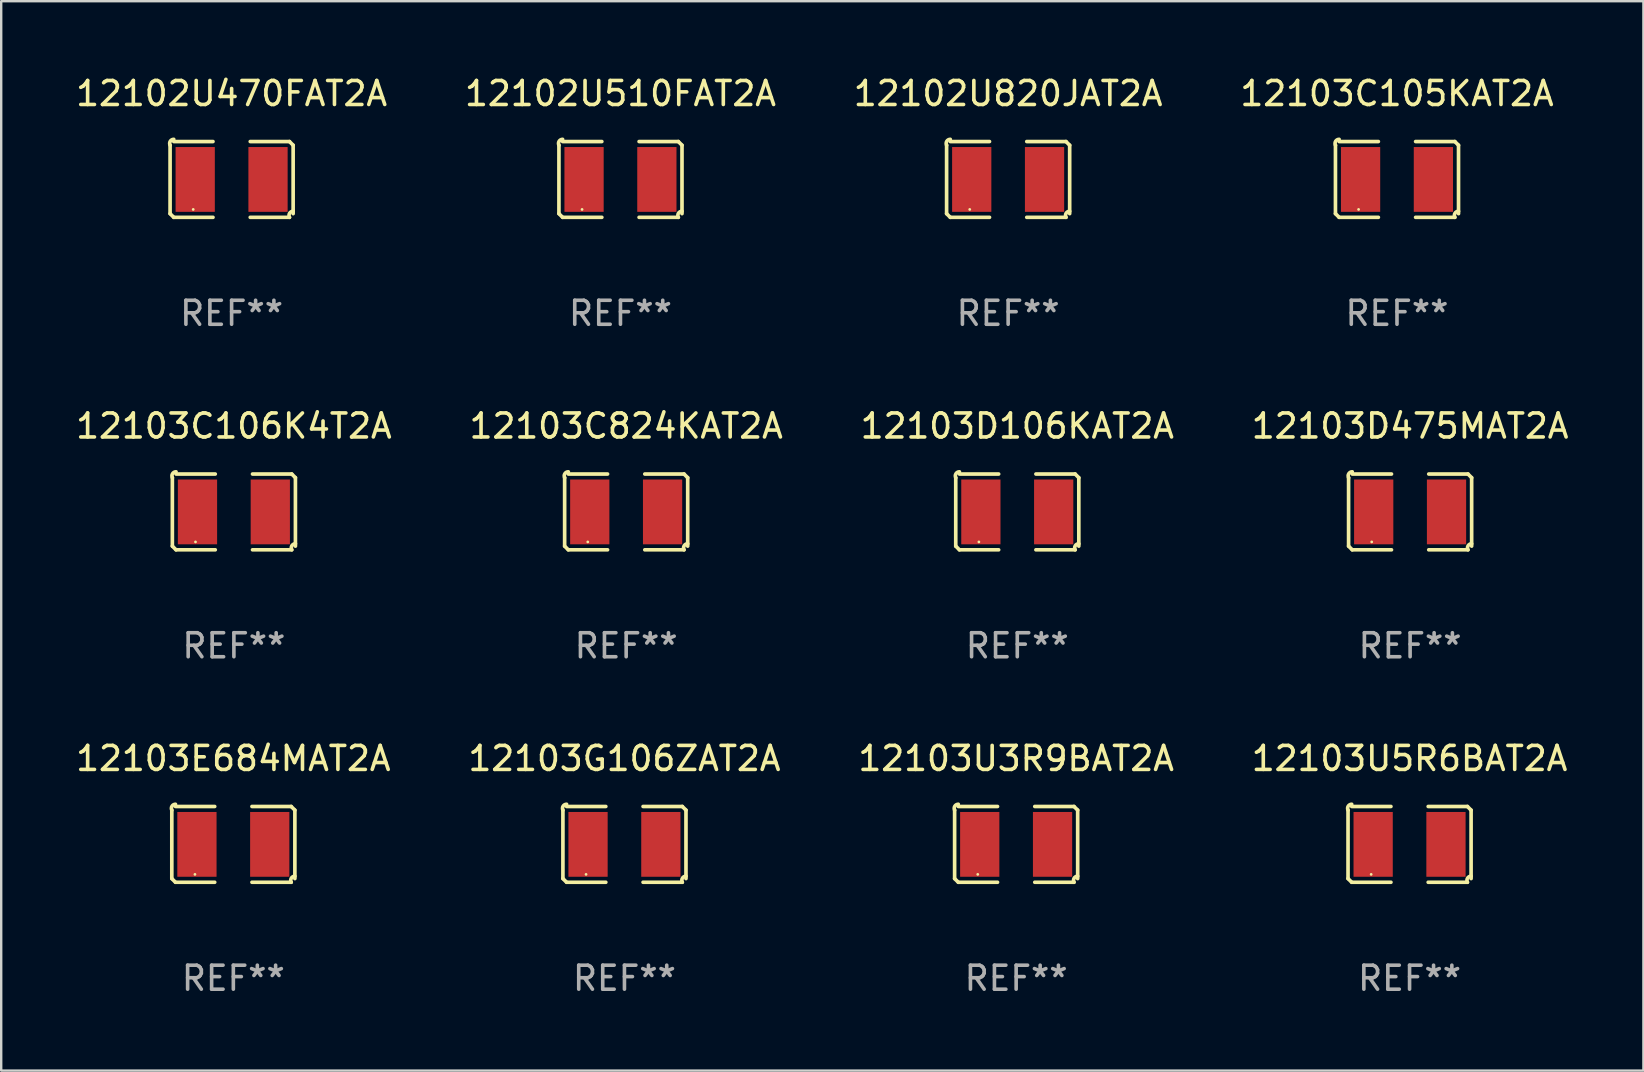
<source format=kicad_pcb>
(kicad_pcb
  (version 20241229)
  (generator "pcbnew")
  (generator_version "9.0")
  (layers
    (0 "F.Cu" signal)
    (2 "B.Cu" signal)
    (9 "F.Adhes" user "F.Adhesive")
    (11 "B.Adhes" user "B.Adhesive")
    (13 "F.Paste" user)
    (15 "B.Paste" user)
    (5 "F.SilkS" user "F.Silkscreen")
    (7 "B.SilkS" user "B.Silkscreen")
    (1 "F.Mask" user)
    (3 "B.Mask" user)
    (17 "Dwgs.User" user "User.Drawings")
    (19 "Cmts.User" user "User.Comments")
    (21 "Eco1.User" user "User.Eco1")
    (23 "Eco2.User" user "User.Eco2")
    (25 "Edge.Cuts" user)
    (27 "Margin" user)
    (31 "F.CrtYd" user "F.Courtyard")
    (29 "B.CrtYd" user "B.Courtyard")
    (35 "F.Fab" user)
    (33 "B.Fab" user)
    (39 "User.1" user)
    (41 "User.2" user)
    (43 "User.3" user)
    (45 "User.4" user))
  (footprint "12103D475MAT2A"
    (layer "F.Cu")
    (at 55.708 18.281)
    (property "Reference" "12103D475MAT2A" (at 0 -3.579 0) (layer "F.SilkS") (effects (font (size 1 1) (thickness 0.15))))
    (attr through_hole)
    (fp_line (start -2.564 1.426) (end -2.564 -1.426) (stroke (width 0.152) (type solid)) (layer "F.SilkS"))
    (fp_line (start -2.411 -1.579) (end -0.776 -1.579) (stroke (width 0.152) (type solid)) (layer "F.SilkS"))
    (fp_line (start -0.776 1.579) (end -2.411 1.579) (stroke (width 0.152) (type solid)) (layer "F.SilkS"))
    (fp_line (start 0.776 1.579) (end 2.411 1.579) (stroke (width 0.152) (type solid)) (layer "F.SilkS"))
    (fp_line (start 2.411 -1.579) (end 0.776 -1.579) (stroke (width 0.152) (type solid)) (layer "F.SilkS"))
    (fp_line (start 2.564 1.426) (end 2.564 -1.426) (stroke (width 0.152) (type solid)) (layer "F.SilkS"))
    (fp_arc (start -2.563602 -1.426213) (mid -2.555597 -1.591233) (end -2.411201 -1.671518) (stroke (width 0.1524) (type solid)) (layer "F.SilkS"))
    (fp_arc (start -2.5636 1.426214) (mid -2.487389 1.502402) (end -2.411201 1.578613) (stroke (width 0.1524) (type solid)) (layer "F.SilkS"))
    (fp_arc (start 2.411197 -1.578618) (mid 2.487403 -1.502419) (end 2.563602 -1.426213) (stroke (width 0.1524) (type solid)) (layer "F.SilkS"))
    (fp_arc (start 2.411201 1.578613) (mid 2.416214 1.409455) (end 2.563602 1.32629) (stroke (width 0.1524) (type solid)) (layer "F.SilkS"))
    (fp_circle (center -1.6 1.25) (end -1.57 1.25) (stroke (width 0.06) (type solid)) (fill no) (layer "F.SilkS"))
    (fp_text user "REF**" (at 0 5.579 0) (layer "F.Fab") (effects (font (size 1 1) (thickness 0.15))))
    (pad "1" smd rect (at -1.517 0) (size 1.635 2.7) (layers "F.Cu" "F.Mask" "F.Paste"))
    (pad "2" smd rect (at 1.517 0) (size 1.635 2.7) (layers "F.Cu" "F.Mask" "F.Paste")))
  (footprint "12103U5R6BAT2A"
    (layer "F.Cu")
    (at 55.685 32.134)
    (property "Reference" "12103U5R6BAT2A" (at 0 -3.579 0) (layer "F.SilkS") (effects (font (size 1 1) (thickness 0.15))))
    (attr through_hole)
    (fp_line (start -2.564 1.426) (end -2.564 -1.426) (stroke (width 0.152) (type solid)) (layer "F.SilkS"))
    (fp_line (start -2.411 -1.579) (end -0.776 -1.579) (stroke (width 0.152) (type solid)) (layer "F.SilkS"))
    (fp_line (start -0.776 1.579) (end -2.411 1.579) (stroke (width 0.152) (type solid)) (layer "F.SilkS"))
    (fp_line (start 0.776 1.579) (end 2.411 1.579) (stroke (width 0.152) (type solid)) (layer "F.SilkS"))
    (fp_line (start 2.411 -1.579) (end 0.776 -1.579) (stroke (width 0.152) (type solid)) (layer "F.SilkS"))
    (fp_line (start 2.564 1.426) (end 2.564 -1.426) (stroke (width 0.152) (type solid)) (layer "F.SilkS"))
    (fp_arc (start -2.563602 -1.426213) (mid -2.555597 -1.591233) (end -2.411201 -1.671518) (stroke (width 0.1524) (type solid)) (layer "F.SilkS"))
    (fp_arc (start -2.5636 1.426214) (mid -2.487389 1.502402) (end -2.411201 1.578613) (stroke (width 0.1524) (type solid)) (layer "F.SilkS"))
    (fp_arc (start 2.411197 -1.578618) (mid 2.487403 -1.502419) (end 2.563602 -1.426213) (stroke (width 0.1524) (type solid)) (layer "F.SilkS"))
    (fp_arc (start 2.411201 1.578613) (mid 2.416214 1.409455) (end 2.563602 1.32629) (stroke (width 0.1524) (type solid)) (layer "F.SilkS"))
    (fp_circle (center -1.6 1.25) (end -1.57 1.25) (stroke (width 0.06) (type solid)) (fill no) (layer "F.SilkS"))
    (fp_text user "REF**" (at 0 5.579 0) (layer "F.Fab") (effects (font (size 1 1) (thickness 0.15))))
    (pad "1" smd rect (at -1.517 0) (size 1.635 2.7) (layers "F.Cu" "F.Mask" "F.Paste"))
    (pad "2" smd rect (at 1.517 0) (size 1.635 2.7) (layers "F.Cu" "F.Mask" "F.Paste")))
  (footprint "12102U820JAT2A"
    (layer "F.Cu")
    (at 38.958 4.427)
    (property "Reference" "12102U820JAT2A" (at 0 -3.579 0) (layer "F.SilkS") (effects (font (size 1 1) (thickness 0.15))))
    (attr through_hole)
    (fp_line (start -2.564 1.426) (end -2.564 -1.426) (stroke (width 0.152) (type solid)) (layer "F.SilkS"))
    (fp_line (start -2.411 -1.579) (end -0.776 -1.579) (stroke (width 0.152) (type solid)) (layer "F.SilkS"))
    (fp_line (start -0.776 1.579) (end -2.411 1.579) (stroke (width 0.152) (type solid)) (layer "F.SilkS"))
    (fp_line (start 0.776 1.579) (end 2.411 1.579) (stroke (width 0.152) (type solid)) (layer "F.SilkS"))
    (fp_line (start 2.411 -1.579) (end 0.776 -1.579) (stroke (width 0.152) (type solid)) (layer "F.SilkS"))
    (fp_line (start 2.564 1.426) (end 2.564 -1.426) (stroke (width 0.152) (type solid)) (layer "F.SilkS"))
    (fp_arc (start -2.563602 -1.426213) (mid -2.555597 -1.591233) (end -2.411201 -1.671518) (stroke (width 0.1524) (type solid)) (layer "F.SilkS"))
    (fp_arc (start -2.5636 1.426214) (mid -2.487389 1.502402) (end -2.411201 1.578613) (stroke (width 0.1524) (type solid)) (layer "F.SilkS"))
    (fp_arc (start 2.411197 -1.578618) (mid 2.487403 -1.502419) (end 2.563602 -1.426213) (stroke (width 0.1524) (type solid)) (layer "F.SilkS"))
    (fp_arc (start 2.411201 1.578613) (mid 2.416214 1.409455) (end 2.563602 1.32629) (stroke (width 0.1524) (type solid)) (layer "F.SilkS"))
    (fp_circle (center -1.6 1.25) (end -1.57 1.25) (stroke (width 0.06) (type solid)) (fill no) (layer "F.SilkS"))
    (fp_text user "REF**" (at 0 5.579 0) (layer "F.Fab") (effects (font (size 1 1) (thickness 0.15))))
    (pad "1" smd rect (at -1.517 0) (size 1.635 2.7) (layers "F.Cu" "F.Mask" "F.Paste"))
    (pad "2" smd rect (at 1.517 0) (size 1.635 2.7) (layers "F.Cu" "F.Mask" "F.Paste")))
  (footprint "12103C106K4T2A"
    (layer "F.Cu")
    (at 6.696 18.281)
    (property "Reference" "12103C106K4T2A" (at 0 -3.579 0) (layer "F.SilkS") (effects (font (size 1 1) (thickness 0.15))))
    (attr through_hole)
    (fp_line (start -2.564 1.426) (end -2.564 -1.426) (stroke (width 0.152) (type solid)) (layer "F.SilkS"))
    (fp_line (start -2.411 -1.579) (end -0.776 -1.579) (stroke (width 0.152) (type solid)) (layer "F.SilkS"))
    (fp_line (start -0.776 1.579) (end -2.411 1.579) (stroke (width 0.152) (type solid)) (layer "F.SilkS"))
    (fp_line (start 0.776 1.579) (end 2.411 1.579) (stroke (width 0.152) (type solid)) (layer "F.SilkS"))
    (fp_line (start 2.411 -1.579) (end 0.776 -1.579) (stroke (width 0.152) (type solid)) (layer "F.SilkS"))
    (fp_line (start 2.564 1.426) (end 2.564 -1.426) (stroke (width 0.152) (type solid)) (layer "F.SilkS"))
    (fp_arc (start -2.563602 -1.426213) (mid -2.555597 -1.591233) (end -2.411201 -1.671518) (stroke (width 0.1524) (type solid)) (layer "F.SilkS"))
    (fp_arc (start -2.5636 1.426214) (mid -2.487389 1.502402) (end -2.411201 1.578613) (stroke (width 0.1524) (type solid)) (layer "F.SilkS"))
    (fp_arc (start 2.411197 -1.578618) (mid 2.487403 -1.502419) (end 2.563602 -1.426213) (stroke (width 0.1524) (type solid)) (layer "F.SilkS"))
    (fp_arc (start 2.411201 1.578613) (mid 2.416214 1.409455) (end 2.563602 1.32629) (stroke (width 0.1524) (type solid)) (layer "F.SilkS"))
    (fp_circle (center -1.6 1.25) (end -1.57 1.25) (stroke (width 0.06) (type solid)) (fill no) (layer "F.SilkS"))
    (fp_text user "REF**" (at 0 5.579 0) (layer "F.Fab") (effects (font (size 1 1) (thickness 0.15))))
    (pad "1" smd rect (at -1.517 0) (size 1.635 2.7) (layers "F.Cu" "F.Mask" "F.Paste"))
    (pad "2" smd rect (at 1.517 0) (size 1.635 2.7) (layers "F.Cu" "F.Mask" "F.Paste")))
  (footprint "12103U3R9BAT2A"
    (layer "F.Cu")
    (at 39.292 32.134)
    (property "Reference" "12103U3R9BAT2A" (at 0 -3.579 0) (layer "F.SilkS") (effects (font (size 1 1) (thickness 0.15))))
    (attr through_hole)
    (fp_line (start -2.564 1.426) (end -2.564 -1.426) (stroke (width 0.152) (type solid)) (layer "F.SilkS"))
    (fp_line (start -2.411 -1.579) (end -0.776 -1.579) (stroke (width 0.152) (type solid)) (layer "F.SilkS"))
    (fp_line (start -0.776 1.579) (end -2.411 1.579) (stroke (width 0.152) (type solid)) (layer "F.SilkS"))
    (fp_line (start 0.776 1.579) (end 2.411 1.579) (stroke (width 0.152) (type solid)) (layer "F.SilkS"))
    (fp_line (start 2.411 -1.579) (end 0.776 -1.579) (stroke (width 0.152) (type solid)) (layer "F.SilkS"))
    (fp_line (start 2.564 1.426) (end 2.564 -1.426) (stroke (width 0.152) (type solid)) (layer "F.SilkS"))
    (fp_arc (start -2.563602 -1.426213) (mid -2.555597 -1.591233) (end -2.411201 -1.671518) (stroke (width 0.1524) (type solid)) (layer "F.SilkS"))
    (fp_arc (start -2.5636 1.426214) (mid -2.487389 1.502402) (end -2.411201 1.578613) (stroke (width 0.1524) (type solid)) (layer "F.SilkS"))
    (fp_arc (start 2.411197 -1.578618) (mid 2.487403 -1.502419) (end 2.563602 -1.426213) (stroke (width 0.1524) (type solid)) (layer "F.SilkS"))
    (fp_arc (start 2.411201 1.578613) (mid 2.416214 1.409455) (end 2.563602 1.32629) (stroke (width 0.1524) (type solid)) (layer "F.SilkS"))
    (fp_circle (center -1.6 1.25) (end -1.57 1.25) (stroke (width 0.06) (type solid)) (fill no) (layer "F.SilkS"))
    (fp_text user "REF**" (at 0 5.579 0) (layer "F.Fab") (effects (font (size 1 1) (thickness 0.15))))
    (pad "1" smd rect (at -1.517 0) (size 1.635 2.7) (layers "F.Cu" "F.Mask" "F.Paste"))
    (pad "2" smd rect (at 1.517 0) (size 1.635 2.7) (layers "F.Cu" "F.Mask" "F.Paste")))
  (footprint "12102U510FAT2A"
    (layer "F.Cu")
    (at 22.804 4.427)
    (property "Reference" "12102U510FAT2A" (at 0 -3.579 0) (layer "F.SilkS") (effects (font (size 1 1) (thickness 0.15))))
    (attr through_hole)
    (fp_line (start -2.564 1.426) (end -2.564 -1.426) (stroke (width 0.152) (type solid)) (layer "F.SilkS"))
    (fp_line (start -2.411 -1.579) (end -0.776 -1.579) (stroke (width 0.152) (type solid)) (layer "F.SilkS"))
    (fp_line (start -0.776 1.579) (end -2.411 1.579) (stroke (width 0.152) (type solid)) (layer "F.SilkS"))
    (fp_line (start 0.776 1.579) (end 2.411 1.579) (stroke (width 0.152) (type solid)) (layer "F.SilkS"))
    (fp_line (start 2.411 -1.579) (end 0.776 -1.579) (stroke (width 0.152) (type solid)) (layer "F.SilkS"))
    (fp_line (start 2.564 1.426) (end 2.564 -1.426) (stroke (width 0.152) (type solid)) (layer "F.SilkS"))
    (fp_arc (start -2.563602 -1.426213) (mid -2.555597 -1.591233) (end -2.411201 -1.671518) (stroke (width 0.1524) (type solid)) (layer "F.SilkS"))
    (fp_arc (start -2.5636 1.426214) (mid -2.487389 1.502402) (end -2.411201 1.578613) (stroke (width 0.1524) (type solid)) (layer "F.SilkS"))
    (fp_arc (start 2.411197 -1.578618) (mid 2.487403 -1.502419) (end 2.563602 -1.426213) (stroke (width 0.1524) (type solid)) (layer "F.SilkS"))
    (fp_arc (start 2.411201 1.578613) (mid 2.416214 1.409455) (end 2.563602 1.32629) (stroke (width 0.1524) (type solid)) (layer "F.SilkS"))
    (fp_circle (center -1.6 1.25) (end -1.57 1.25) (stroke (width 0.06) (type solid)) (fill no) (layer "F.SilkS"))
    (fp_text user "REF**" (at 0 5.579 0) (layer "F.Fab") (effects (font (size 1 1) (thickness 0.15))))
    (pad "1" smd rect (at -1.517 0) (size 1.635 2.7) (layers "F.Cu" "F.Mask" "F.Paste"))
    (pad "2" smd rect (at 1.517 0) (size 1.635 2.7) (layers "F.Cu" "F.Mask" "F.Paste")))
  (footprint "12103G106ZAT2A"
    (layer "F.Cu")
    (at 22.97 32.134)
    (property "Reference" "12103G106ZAT2A" (at 0 -3.579 0) (layer "F.SilkS") (effects (font (size 1 1) (thickness 0.15))))
    (attr through_hole)
    (fp_line (start -2.564 1.426) (end -2.564 -1.426) (stroke (width 0.152) (type solid)) (layer "F.SilkS"))
    (fp_line (start -2.411 -1.579) (end -0.776 -1.579) (stroke (width 0.152) (type solid)) (layer "F.SilkS"))
    (fp_line (start -0.776 1.579) (end -2.411 1.579) (stroke (width 0.152) (type solid)) (layer "F.SilkS"))
    (fp_line (start 0.776 1.579) (end 2.411 1.579) (stroke (width 0.152) (type solid)) (layer "F.SilkS"))
    (fp_line (start 2.411 -1.579) (end 0.776 -1.579) (stroke (width 0.152) (type solid)) (layer "F.SilkS"))
    (fp_line (start 2.564 1.426) (end 2.564 -1.426) (stroke (width 0.152) (type solid)) (layer "F.SilkS"))
    (fp_arc (start -2.563602 -1.426213) (mid -2.555597 -1.591233) (end -2.411201 -1.671518) (stroke (width 0.1524) (type solid)) (layer "F.SilkS"))
    (fp_arc (start -2.5636 1.426214) (mid -2.487389 1.502402) (end -2.411201 1.578613) (stroke (width 0.1524) (type solid)) (layer "F.SilkS"))
    (fp_arc (start 2.411197 -1.578618) (mid 2.487403 -1.502419) (end 2.563602 -1.426213) (stroke (width 0.1524) (type solid)) (layer "F.SilkS"))
    (fp_arc (start 2.411201 1.578613) (mid 2.416214 1.409455) (end 2.563602 1.32629) (stroke (width 0.1524) (type solid)) (layer "F.SilkS"))
    (fp_circle (center -1.6 1.25) (end -1.57 1.25) (stroke (width 0.06) (type solid)) (fill no) (layer "F.SilkS"))
    (fp_text user "REF**" (at 0 5.579 0) (layer "F.Fab") (effects (font (size 1 1) (thickness 0.15))))
    (pad "1" smd rect (at -1.517 0) (size 1.635 2.7) (layers "F.Cu" "F.Mask" "F.Paste"))
    (pad "2" smd rect (at 1.517 0) (size 1.635 2.7) (layers "F.Cu" "F.Mask" "F.Paste")))
  (footprint "12103E684MAT2A"
    (layer "F.Cu")
    (at 6.673 32.134)
    (property "Reference" "12103E684MAT2A" (at 0 -3.579 0) (layer "F.SilkS") (effects (font (size 1 1) (thickness 0.15))))
    (attr through_hole)
    (fp_line (start -2.564 1.426) (end -2.564 -1.426) (stroke (width 0.152) (type solid)) (layer "F.SilkS"))
    (fp_line (start -2.411 -1.579) (end -0.776 -1.579) (stroke (width 0.152) (type solid)) (layer "F.SilkS"))
    (fp_line (start -0.776 1.579) (end -2.411 1.579) (stroke (width 0.152) (type solid)) (layer "F.SilkS"))
    (fp_line (start 0.776 1.579) (end 2.411 1.579) (stroke (width 0.152) (type solid)) (layer "F.SilkS"))
    (fp_line (start 2.411 -1.579) (end 0.776 -1.579) (stroke (width 0.152) (type solid)) (layer "F.SilkS"))
    (fp_line (start 2.564 1.426) (end 2.564 -1.426) (stroke (width 0.152) (type solid)) (layer "F.SilkS"))
    (fp_arc (start -2.563602 -1.426213) (mid -2.555597 -1.591233) (end -2.411201 -1.671518) (stroke (width 0.1524) (type solid)) (layer "F.SilkS"))
    (fp_arc (start -2.5636 1.426214) (mid -2.487389 1.502402) (end -2.411201 1.578613) (stroke (width 0.1524) (type solid)) (layer "F.SilkS"))
    (fp_arc (start 2.411197 -1.578618) (mid 2.487403 -1.502419) (end 2.563602 -1.426213) (stroke (width 0.1524) (type solid)) (layer "F.SilkS"))
    (fp_arc (start 2.411201 1.578613) (mid 2.416214 1.409455) (end 2.563602 1.32629) (stroke (width 0.1524) (type solid)) (layer "F.SilkS"))
    (fp_circle (center -1.6 1.25) (end -1.57 1.25) (stroke (width 0.06) (type solid)) (fill no) (layer "F.SilkS"))
    (fp_text user "REF**" (at 0 5.579 0) (layer "F.Fab") (effects (font (size 1 1) (thickness 0.15))))
    (pad "1" smd rect (at -1.517 0) (size 1.635 2.7) (layers "F.Cu" "F.Mask" "F.Paste"))
    (pad "2" smd rect (at 1.517 0) (size 1.635 2.7) (layers "F.Cu" "F.Mask" "F.Paste")))
  (footprint "12103C824KAT2A"
    (layer "F.Cu")
    (at 23.042 18.281)
    (property "Reference" "12103C824KAT2A" (at 0 -3.579 0) (layer "F.SilkS") (effects (font (size 1 1) (thickness 0.15))))
    (attr through_hole)
    (fp_line (start -2.564 1.426) (end -2.564 -1.426) (stroke (width 0.152) (type solid)) (layer "F.SilkS"))
    (fp_line (start -2.411 -1.579) (end -0.776 -1.579) (stroke (width 0.152) (type solid)) (layer "F.SilkS"))
    (fp_line (start -0.776 1.579) (end -2.411 1.579) (stroke (width 0.152) (type solid)) (layer "F.SilkS"))
    (fp_line (start 0.776 1.579) (end 2.411 1.579) (stroke (width 0.152) (type solid)) (layer "F.SilkS"))
    (fp_line (start 2.411 -1.579) (end 0.776 -1.579) (stroke (width 0.152) (type solid)) (layer "F.SilkS"))
    (fp_line (start 2.564 1.426) (end 2.564 -1.426) (stroke (width 0.152) (type solid)) (layer "F.SilkS"))
    (fp_arc (start -2.563602 -1.426213) (mid -2.555597 -1.591233) (end -2.411201 -1.671518) (stroke (width 0.1524) (type solid)) (layer "F.SilkS"))
    (fp_arc (start -2.5636 1.426214) (mid -2.487389 1.502402) (end -2.411201 1.578613) (stroke (width 0.1524) (type solid)) (layer "F.SilkS"))
    (fp_arc (start 2.411197 -1.578618) (mid 2.487403 -1.502419) (end 2.563602 -1.426213) (stroke (width 0.1524) (type solid)) (layer "F.SilkS"))
    (fp_arc (start 2.411201 1.578613) (mid 2.416214 1.409455) (end 2.563602 1.32629) (stroke (width 0.1524) (type solid)) (layer "F.SilkS"))
    (fp_circle (center -1.6 1.25) (end -1.57 1.25) (stroke (width 0.06) (type solid)) (fill no) (layer "F.SilkS"))
    (fp_text user "REF**" (at 0 5.579 0) (layer "F.Fab") (effects (font (size 1 1) (thickness 0.15))))
    (pad "1" smd rect (at -1.517 0) (size 1.635 2.7) (layers "F.Cu" "F.Mask" "F.Paste"))
    (pad "2" smd rect (at 1.517 0) (size 1.635 2.7) (layers "F.Cu" "F.Mask" "F.Paste")))
  (footprint "12103D106KAT2A"
    (layer "F.Cu")
    (at 39.339 18.281)
    (property "Reference" "12103D106KAT2A" (at 0 -3.579 0) (layer "F.SilkS") (effects (font (size 1 1) (thickness 0.15))))
    (attr through_hole)
    (fp_line (start -2.564 1.426) (end -2.564 -1.426) (stroke (width 0.152) (type solid)) (layer "F.SilkS"))
    (fp_line (start -2.411 -1.579) (end -0.776 -1.579) (stroke (width 0.152) (type solid)) (layer "F.SilkS"))
    (fp_line (start -0.776 1.579) (end -2.411 1.579) (stroke (width 0.152) (type solid)) (layer "F.SilkS"))
    (fp_line (start 0.776 1.579) (end 2.411 1.579) (stroke (width 0.152) (type solid)) (layer "F.SilkS"))
    (fp_line (start 2.411 -1.579) (end 0.776 -1.579) (stroke (width 0.152) (type solid)) (layer "F.SilkS"))
    (fp_line (start 2.564 1.426) (end 2.564 -1.426) (stroke (width 0.152) (type solid)) (layer "F.SilkS"))
    (fp_arc (start -2.563602 -1.426213) (mid -2.555597 -1.591233) (end -2.411201 -1.671518) (stroke (width 0.1524) (type solid)) (layer "F.SilkS"))
    (fp_arc (start -2.5636 1.426214) (mid -2.487389 1.502402) (end -2.411201 1.578613) (stroke (width 0.1524) (type solid)) (layer "F.SilkS"))
    (fp_arc (start 2.411197 -1.578618) (mid 2.487403 -1.502419) (end 2.563602 -1.426213) (stroke (width 0.1524) (type solid)) (layer "F.SilkS"))
    (fp_arc (start 2.411201 1.578613) (mid 2.416214 1.409455) (end 2.563602 1.32629) (stroke (width 0.1524) (type solid)) (layer "F.SilkS"))
    (fp_circle (center -1.6 1.25) (end -1.57 1.25) (stroke (width 0.06) (type solid)) (fill no) (layer "F.SilkS"))
    (fp_text user "REF**" (at 0 5.579 0) (layer "F.Fab") (effects (font (size 1 1) (thickness 0.15))))
    (pad "1" smd rect (at -1.517 0) (size 1.635 2.7) (layers "F.Cu" "F.Mask" "F.Paste"))
    (pad "2" smd rect (at 1.517 0) (size 1.635 2.7) (layers "F.Cu" "F.Mask" "F.Paste")))
  (footprint "12102U470FAT2A"
    (layer "F.Cu")
    (at 6.601 4.427)
    (property "Reference" "12102U470FAT2A" (at 0 -3.579 0) (layer "F.SilkS") (effects (font (size 1 1) (thickness 0.15))))
    (attr through_hole)
    (fp_line (start -2.564 1.426) (end -2.564 -1.426) (stroke (width 0.152) (type solid)) (layer "F.SilkS"))
    (fp_line (start -2.411 -1.579) (end -0.776 -1.579) (stroke (width 0.152) (type solid)) (layer "F.SilkS"))
    (fp_line (start -0.776 1.579) (end -2.411 1.579) (stroke (width 0.152) (type solid)) (layer "F.SilkS"))
    (fp_line (start 0.776 1.579) (end 2.411 1.579) (stroke (width 0.152) (type solid)) (layer "F.SilkS"))
    (fp_line (start 2.411 -1.579) (end 0.776 -1.579) (stroke (width 0.152) (type solid)) (layer "F.SilkS"))
    (fp_line (start 2.564 1.426) (end 2.564 -1.426) (stroke (width 0.152) (type solid)) (layer "F.SilkS"))
    (fp_arc (start -2.563602 -1.426213) (mid -2.555597 -1.591233) (end -2.411201 -1.671518) (stroke (width 0.1524) (type solid)) (layer "F.SilkS"))
    (fp_arc (start -2.5636 1.426214) (mid -2.487389 1.502402) (end -2.411201 1.578613) (stroke (width 0.1524) (type solid)) (layer "F.SilkS"))
    (fp_arc (start 2.411197 -1.578618) (mid 2.487403 -1.502419) (end 2.563602 -1.426213) (stroke (width 0.1524) (type solid)) (layer "F.SilkS"))
    (fp_arc (start 2.411201 1.578613) (mid 2.416214 1.409455) (end 2.563602 1.32629) (stroke (width 0.1524) (type solid)) (layer "F.SilkS"))
    (fp_circle (center -1.6 1.25) (end -1.57 1.25) (stroke (width 0.06) (type solid)) (fill no) (layer "F.SilkS"))
    (fp_text user "REF**" (at 0 5.579 0) (layer "F.Fab") (effects (font (size 1 1) (thickness 0.15))))
    (pad "1" smd rect (at -1.517 0) (size 1.635 2.7) (layers "F.Cu" "F.Mask" "F.Paste"))
    (pad "2" smd rect (at 1.517 0) (size 1.635 2.7) (layers "F.Cu" "F.Mask" "F.Paste")))
  (footprint "12103C105KAT2A"
    (layer "F.Cu")
    (at 55.161 4.427)
    (property "Reference" "12103C105KAT2A" (at 0 -3.579 0) (layer "F.SilkS") (effects (font (size 1 1) (thickness 0.15))))
    (attr through_hole)
    (fp_line (start -2.564 1.426) (end -2.564 -1.426) (stroke (width 0.152) (type solid)) (layer "F.SilkS"))
    (fp_line (start -2.411 -1.579) (end -0.776 -1.579) (stroke (width 0.152) (type solid)) (layer "F.SilkS"))
    (fp_line (start -0.776 1.579) (end -2.411 1.579) (stroke (width 0.152) (type solid)) (layer "F.SilkS"))
    (fp_line (start 0.776 1.579) (end 2.411 1.579) (stroke (width 0.152) (type solid)) (layer "F.SilkS"))
    (fp_line (start 2.411 -1.579) (end 0.776 -1.579) (stroke (width 0.152) (type solid)) (layer "F.SilkS"))
    (fp_line (start 2.564 1.426) (end 2.564 -1.426) (stroke (width 0.152) (type solid)) (layer "F.SilkS"))
    (fp_arc (start -2.563602 -1.426213) (mid -2.555597 -1.591233) (end -2.411201 -1.671518) (stroke (width 0.1524) (type solid)) (layer "F.SilkS"))
    (fp_arc (start -2.5636 1.426214) (mid -2.487389 1.502402) (end -2.411201 1.578613) (stroke (width 0.1524) (type solid)) (layer "F.SilkS"))
    (fp_arc (start 2.411197 -1.578618) (mid 2.487403 -1.502419) (end 2.563602 -1.426213) (stroke (width 0.1524) (type solid)) (layer "F.SilkS"))
    (fp_arc (start 2.411201 1.578613) (mid 2.416214 1.409455) (end 2.563602 1.32629) (stroke (width 0.1524) (type solid)) (layer "F.SilkS"))
    (fp_circle (center -1.6 1.25) (end -1.57 1.25) (stroke (width 0.06) (type solid)) (fill no) (layer "F.SilkS"))
    (fp_text user "REF**" (at 0 5.579 0) (layer "F.Fab") (effects (font (size 1 1) (thickness 0.15))))
    (pad "1" smd rect (at -1.517 0) (size 1.635 2.7) (layers "F.Cu" "F.Mask" "F.Paste"))
    (pad "2" smd rect (at 1.517 0) (size 1.635 2.7) (layers "F.Cu" "F.Mask" "F.Paste")))
  (gr_rect
    (start -3 -3)
    (end 65.429 41.561)
    (stroke (width 0.1) (type default))
    (fill no)
    (layer "Edge.Cuts")))
</source>
